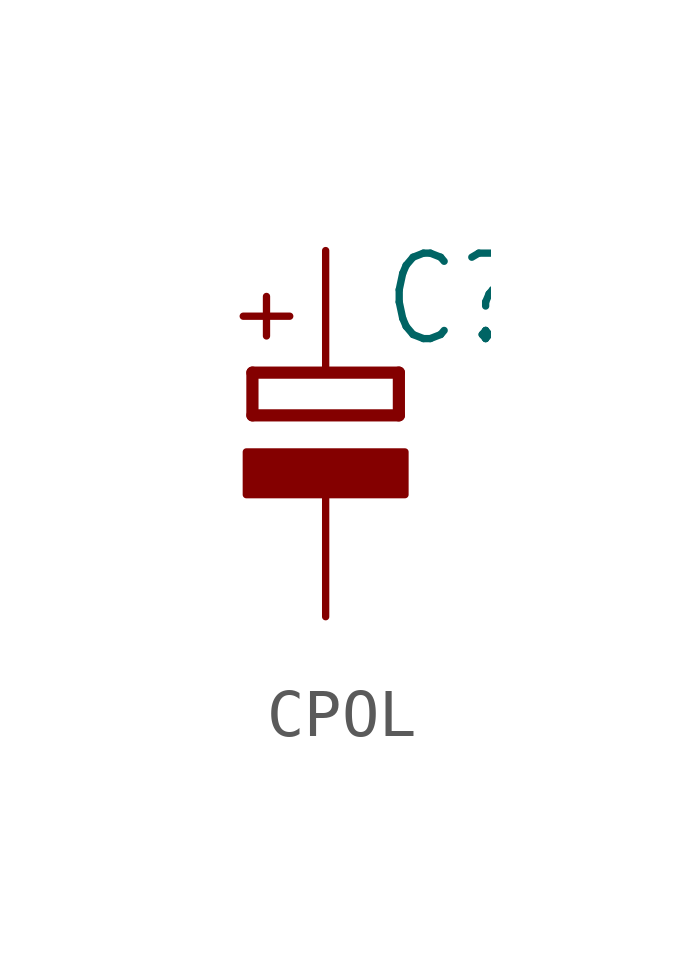
<source format=kicad_sym>
(kicad_symbol_lib
  (version 20241209)
  (generator "kicad_symbol_editor")
  (generator_version "9.0")
  (symbol "CPOL"
    (property "Reference" "C"
      (at 1.143 0.483 0)
      (effects (font (size 1.778 1.511)) (justify left bottom)))
    (property "Value" ""
      (at 1.143 -4.597 0)
      (effects (font (size 1.778 1.511)) (justify left bottom)))
    (property "ki_locked" ""
      (at 0 0 0)
      (effects (font (size 1.27 1.27))))
    (symbol "CPOL_1_0"
      (rectangle (start -1.651 -2.54) (end 1.651 -1.651) (stroke (width 0) (type default)) (fill (type outline)))
      (polyline (pts (xy -1.524 0) (xy -1.524 -0.889)) (stroke (width 0.254) (type solid)) (fill (type none)))
      (polyline (pts (xy -1.524 0) (xy 1.524 0)) (stroke (width 0.254) (type solid)) (fill (type none)))
      (polyline (pts (xy -1.524 -0.889) (xy 1.524 -0.889)) (stroke (width 0.254) (type solid)) (fill (type none)))
      (polyline (pts (xy 1.524 -0.889) (xy 1.524 0)) (stroke (width 0.254) (type solid)) (fill (type none)))
      (text "+" (at -0.584 0.406 900) (effects (font (size 1.27 1.079)) (justify left bottom)))
      (pin passive line (at 0 2.54 270) (length 2.54) (name "+" (effects (font (size 0 0)))) (number "+" (effects (font (size 0 0)))))
      (pin passive line (at 0 -5.08 90) (length 2.54) (name "-" (effects (font (size 0 0)))) (number "-" (effects (font (size 0 0))))))))
</source>
